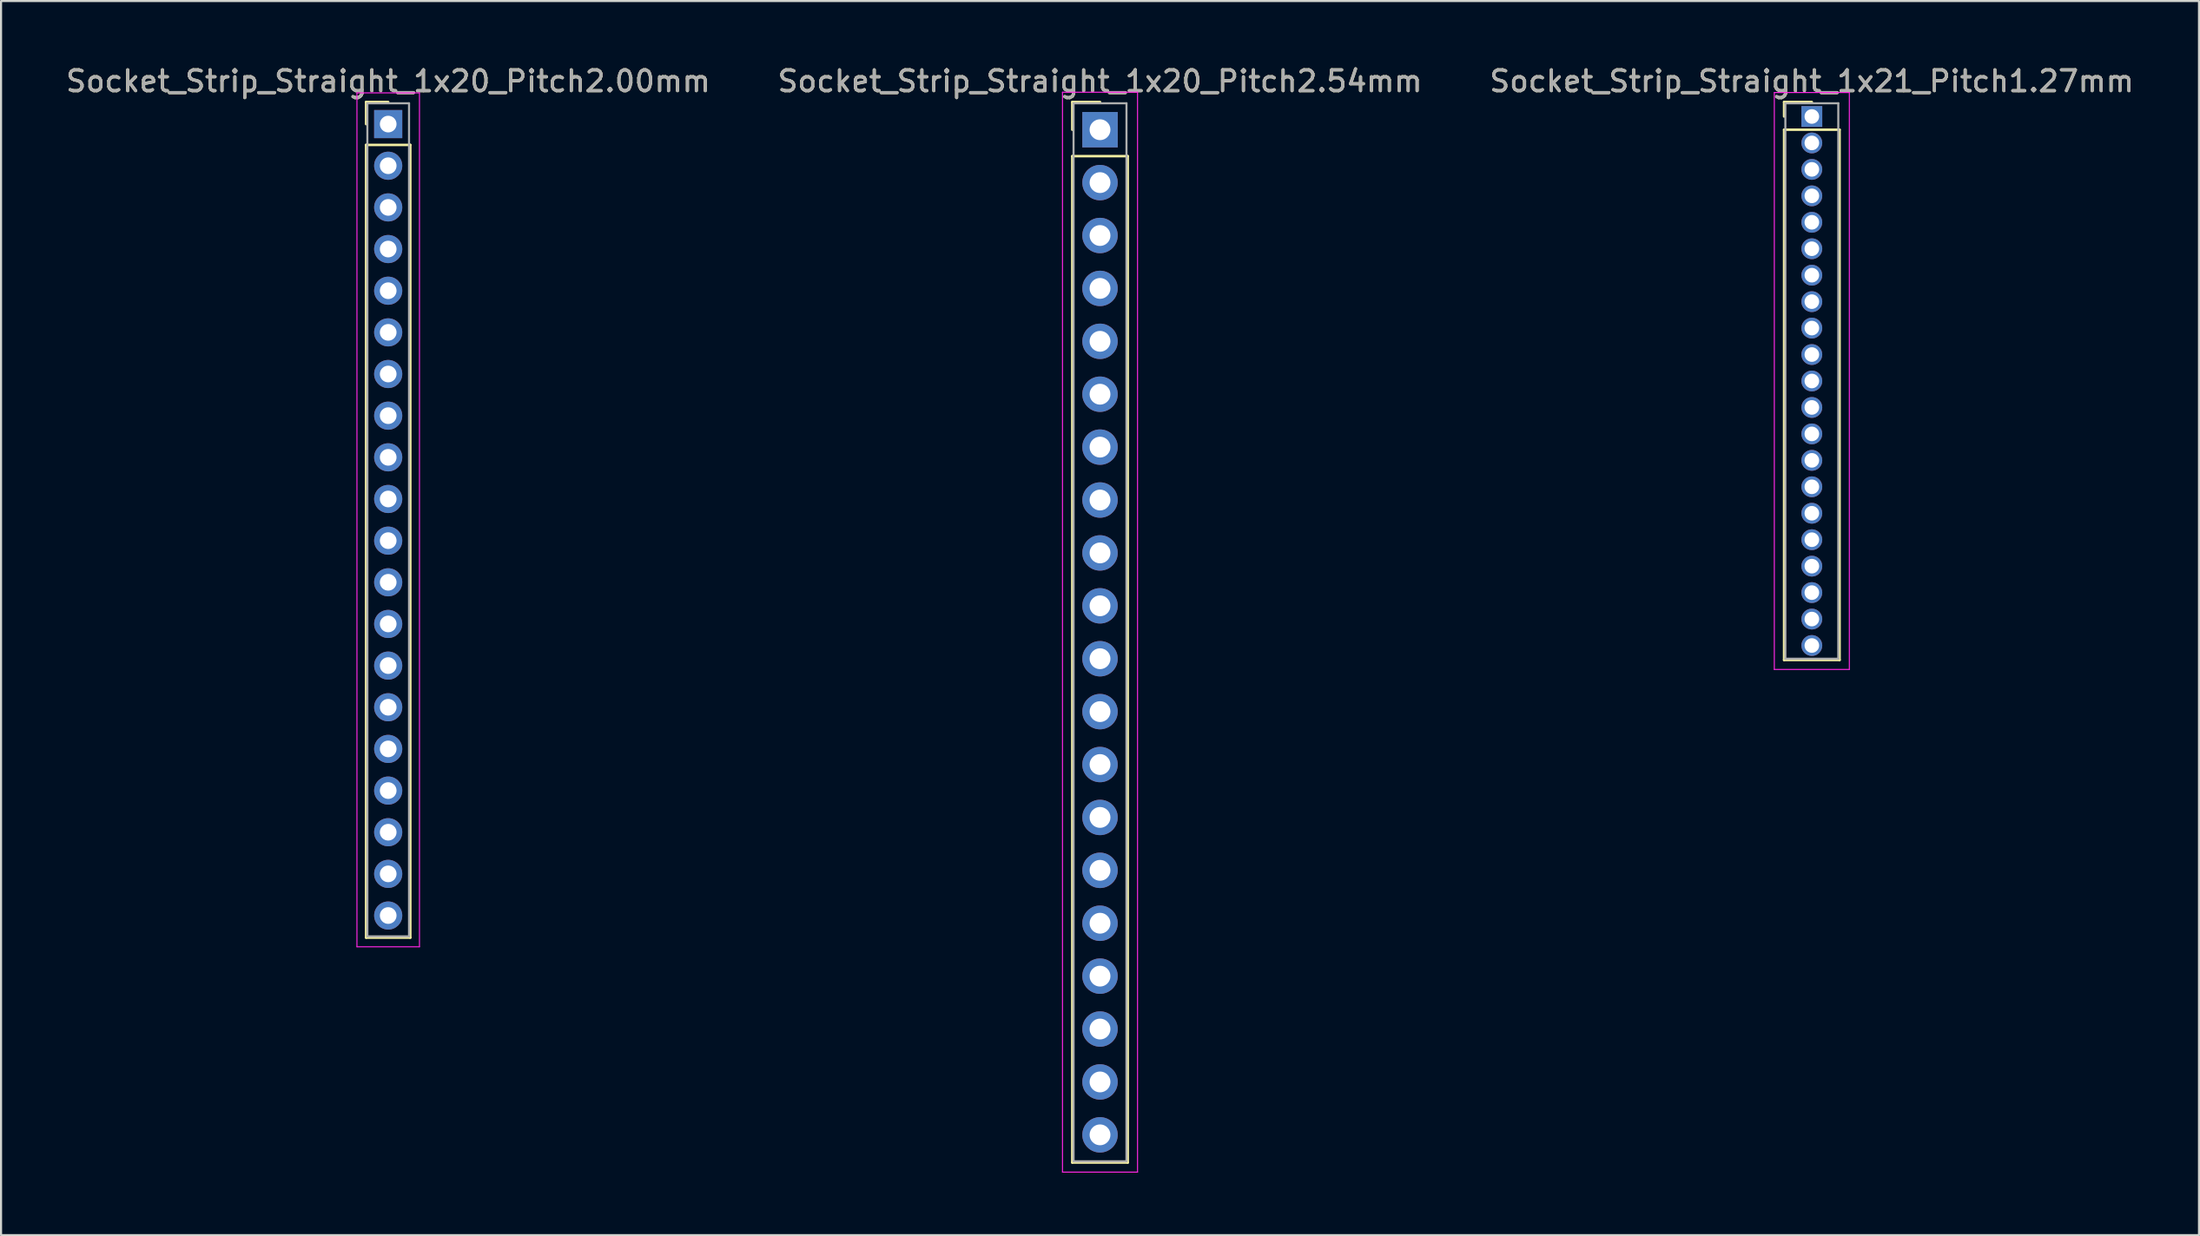
<source format=kicad_pcb>
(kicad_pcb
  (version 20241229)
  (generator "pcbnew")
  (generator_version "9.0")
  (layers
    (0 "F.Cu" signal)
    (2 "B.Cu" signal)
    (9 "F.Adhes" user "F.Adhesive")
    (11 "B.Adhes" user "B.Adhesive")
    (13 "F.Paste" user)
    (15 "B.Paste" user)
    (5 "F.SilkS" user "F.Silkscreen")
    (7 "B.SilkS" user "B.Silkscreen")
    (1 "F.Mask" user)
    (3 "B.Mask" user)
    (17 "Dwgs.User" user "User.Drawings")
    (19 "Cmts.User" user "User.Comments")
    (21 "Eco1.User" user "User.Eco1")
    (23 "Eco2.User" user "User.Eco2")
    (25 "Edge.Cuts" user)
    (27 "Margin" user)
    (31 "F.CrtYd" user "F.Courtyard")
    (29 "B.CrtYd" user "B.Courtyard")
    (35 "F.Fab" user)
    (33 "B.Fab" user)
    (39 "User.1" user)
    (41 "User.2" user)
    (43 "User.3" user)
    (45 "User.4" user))
  (footprint "Socket_Strip_Straight_1x20_Pitch2.00mm"
    (layer "F.Cu")
    (at 15.577 2.908)
    (property "Reference" "Socket_Strip_Straight_1x20_Pitch2.00mm" (at 0 -2.06 0) (layer "F.SilkS") (effects (font (size 1 1) (thickness 0.15))))
    (attr through_hole)
    (fp_line (start -1.06 -1.06) (end 0 -1.06) (stroke (width 0.12) (type solid)) (layer "F.SilkS"))
    (fp_line (start -1.06 0) (end -1.06 -1.06) (stroke (width 0.12) (type solid)) (layer "F.SilkS"))
    (fp_line (start -1.06 1) (end -1.06 39.06) (stroke (width 0.12) (type solid)) (layer "F.SilkS"))
    (fp_line (start -1.06 39.06) (end 1.06 39.06) (stroke (width 0.12) (type solid)) (layer "F.SilkS"))
    (fp_line (start 1.06 1) (end -1.06 1) (stroke (width 0.12) (type solid)) (layer "F.SilkS"))
    (fp_line (start 1.06 39.06) (end 1.06 1) (stroke (width 0.12) (type solid)) (layer "F.SilkS"))
    (fp_line (start -1.5 -1.5) (end -1.5 39.5) (stroke (width 0.05) (type solid)) (layer "F.CrtYd"))
    (fp_line (start -1.5 39.5) (end 1.5 39.5) (stroke (width 0.05) (type solid)) (layer "F.CrtYd"))
    (fp_line (start 1.5 -1.5) (end -1.5 -1.5) (stroke (width 0.05) (type solid)) (layer "F.CrtYd"))
    (fp_line (start 1.5 39.5) (end 1.5 -1.5) (stroke (width 0.05) (type solid)) (layer "F.CrtYd"))
    (fp_line (start -1 -1) (end -1 39) (stroke (width 0.1) (type solid)) (layer "F.Fab"))
    (fp_line (start -1 39) (end 1 39) (stroke (width 0.1) (type solid)) (layer "F.Fab"))
    (fp_line (start 1 -1) (end -1 -1) (stroke (width 0.1) (type solid)) (layer "F.Fab"))
    (fp_line (start 1 39) (end 1 -1) (stroke (width 0.1) (type solid)) (layer "F.Fab"))
    (fp_text user "${REFERENCE}" (at 0 -2.06 0) (layer "F.Fab") (effects (font (size 1 1) (thickness 0.15))))
    (pad "1" thru_hole rect (at 0 0) (size 1.35 1.35) (drill 0.8) (layers "*.Cu" "*.Mask"))
    (pad "2" thru_hole oval (at 0 2) (size 1.35 1.35) (drill 0.8) (layers "*.Cu" "*.Mask"))
    (pad "3" thru_hole oval (at 0 4) (size 1.35 1.35) (drill 0.8) (layers "*.Cu" "*.Mask"))
    (pad "4" thru_hole oval (at 0 6) (size 1.35 1.35) (drill 0.8) (layers "*.Cu" "*.Mask"))
    (pad "5" thru_hole oval (at 0 8) (size 1.35 1.35) (drill 0.8) (layers "*.Cu" "*.Mask"))
    (pad "6" thru_hole oval (at 0 10) (size 1.35 1.35) (drill 0.8) (layers "*.Cu" "*.Mask"))
    (pad "7" thru_hole oval (at 0 12) (size 1.35 1.35) (drill 0.8) (layers "*.Cu" "*.Mask"))
    (pad "8" thru_hole oval (at 0 14) (size 1.35 1.35) (drill 0.8) (layers "*.Cu" "*.Mask"))
    (pad "9" thru_hole oval (at 0 16) (size 1.35 1.35) (drill 0.8) (layers "*.Cu" "*.Mask"))
    (pad "10" thru_hole oval (at 0 18) (size 1.35 1.35) (drill 0.8) (layers "*.Cu" "*.Mask"))
    (pad "11" thru_hole oval (at 0 20) (size 1.35 1.35) (drill 0.8) (layers "*.Cu" "*.Mask"))
    (pad "12" thru_hole oval (at 0 22) (size 1.35 1.35) (drill 0.8) (layers "*.Cu" "*.Mask"))
    (pad "13" thru_hole oval (at 0 24) (size 1.35 1.35) (drill 0.8) (layers "*.Cu" "*.Mask"))
    (pad "14" thru_hole oval (at 0 26) (size 1.35 1.35) (drill 0.8) (layers "*.Cu" "*.Mask"))
    (pad "15" thru_hole oval (at 0 28) (size 1.35 1.35) (drill 0.8) (layers "*.Cu" "*.Mask"))
    (pad "16" thru_hole oval (at 0 30) (size 1.35 1.35) (drill 0.8) (layers "*.Cu" "*.Mask"))
    (pad "17" thru_hole oval (at 0 32) (size 1.35 1.35) (drill 0.8) (layers "*.Cu" "*.Mask"))
    (pad "18" thru_hole oval (at 0 34) (size 1.35 1.35) (drill 0.8) (layers "*.Cu" "*.Mask"))
    (pad "19" thru_hole oval (at 0 36) (size 1.35 1.35) (drill 0.8) (layers "*.Cu" "*.Mask"))
    (pad "20" thru_hole oval (at 0 38) (size 1.35 1.35) (drill 0.8) (layers "*.Cu" "*.Mask")))
  (footprint "Socket_Strip_Straight_1x21_Pitch1.27mm"
    (layer "F.Cu")
    (at 83.887 2.543)
    (property "Reference" "Socket_Strip_Straight_1x21_Pitch1.27mm" (at 0 -1.695 0) (layer "F.SilkS") (effects (font (size 1 1) (thickness 0.15))))
    (attr through_hole)
    (fp_line (start -1.33 -0.695) (end 0 -0.695) (stroke (width 0.12) (type solid)) (layer "F.SilkS"))
    (fp_line (start -1.33 0) (end -1.33 -0.695) (stroke (width 0.12) (type solid)) (layer "F.SilkS"))
    (fp_line (start -1.33 0.635) (end -1.33 26.095) (stroke (width 0.12) (type solid)) (layer "F.SilkS"))
    (fp_line (start -1.33 26.095) (end 1.33 26.095) (stroke (width 0.12) (type solid)) (layer "F.SilkS"))
    (fp_line (start 1.33 0.635) (end -1.33 0.635) (stroke (width 0.12) (type solid)) (layer "F.SilkS"))
    (fp_line (start 1.33 26.095) (end 1.33 0.635) (stroke (width 0.12) (type solid)) (layer "F.SilkS"))
    (fp_line (start -1.8 -1.15) (end -1.8 26.55) (stroke (width 0.05) (type solid)) (layer "F.CrtYd"))
    (fp_line (start -1.8 26.55) (end 1.8 26.55) (stroke (width 0.05) (type solid)) (layer "F.CrtYd"))
    (fp_line (start 1.8 -1.15) (end -1.8 -1.15) (stroke (width 0.05) (type solid)) (layer "F.CrtYd"))
    (fp_line (start 1.8 26.55) (end 1.8 -1.15) (stroke (width 0.05) (type solid)) (layer "F.CrtYd"))
    (fp_line (start -1.27 -0.635) (end -1.27 26.035) (stroke (width 0.1) (type solid)) (layer "F.Fab"))
    (fp_line (start -1.27 26.035) (end 1.27 26.035) (stroke (width 0.1) (type solid)) (layer "F.Fab"))
    (fp_line (start 1.27 -0.635) (end -1.27 -0.635) (stroke (width 0.1) (type solid)) (layer "F.Fab"))
    (fp_line (start 1.27 26.035) (end 1.27 -0.635) (stroke (width 0.1) (type solid)) (layer "F.Fab"))
    (fp_text user "${REFERENCE}" (at 0 -1.695 0) (layer "F.Fab") (effects (font (size 1 1) (thickness 0.15))))
    (pad "1" thru_hole rect (at 0 0) (size 1 1) (drill 0.7) (layers "*.Cu" "*.Mask"))
    (pad "2" thru_hole oval (at 0 1.27) (size 1 1) (drill 0.7) (layers "*.Cu" "*.Mask"))
    (pad "3" thru_hole oval (at 0 2.54) (size 1 1) (drill 0.7) (layers "*.Cu" "*.Mask"))
    (pad "4" thru_hole oval (at 0 3.81) (size 1 1) (drill 0.7) (layers "*.Cu" "*.Mask"))
    (pad "5" thru_hole oval (at 0 5.08) (size 1 1) (drill 0.7) (layers "*.Cu" "*.Mask"))
    (pad "6" thru_hole oval (at 0 6.35) (size 1 1) (drill 0.7) (layers "*.Cu" "*.Mask"))
    (pad "7" thru_hole oval (at 0 7.62) (size 1 1) (drill 0.7) (layers "*.Cu" "*.Mask"))
    (pad "8" thru_hole oval (at 0 8.89) (size 1 1) (drill 0.7) (layers "*.Cu" "*.Mask"))
    (pad "9" thru_hole oval (at 0 10.16) (size 1 1) (drill 0.7) (layers "*.Cu" "*.Mask"))
    (pad "10" thru_hole oval (at 0 11.43) (size 1 1) (drill 0.7) (layers "*.Cu" "*.Mask"))
    (pad "11" thru_hole oval (at 0 12.7) (size 1 1) (drill 0.7) (layers "*.Cu" "*.Mask"))
    (pad "12" thru_hole oval (at 0 13.97) (size 1 1) (drill 0.7) (layers "*.Cu" "*.Mask"))
    (pad "13" thru_hole oval (at 0 15.24) (size 1 1) (drill 0.7) (layers "*.Cu" "*.Mask"))
    (pad "14" thru_hole oval (at 0 16.51) (size 1 1) (drill 0.7) (layers "*.Cu" "*.Mask"))
    (pad "15" thru_hole oval (at 0 17.78) (size 1 1) (drill 0.7) (layers "*.Cu" "*.Mask"))
    (pad "16" thru_hole oval (at 0 19.05) (size 1 1) (drill 0.7) (layers "*.Cu" "*.Mask"))
    (pad "17" thru_hole oval (at 0 20.32) (size 1 1) (drill 0.7) (layers "*.Cu" "*.Mask"))
    (pad "18" thru_hole oval (at 0 21.59) (size 1 1) (drill 0.7) (layers "*.Cu" "*.Mask"))
    (pad "19" thru_hole oval (at 0 22.86) (size 1 1) (drill 0.7) (layers "*.Cu" "*.Mask"))
    (pad "20" thru_hole oval (at 0 24.13) (size 1 1) (drill 0.7) (layers "*.Cu" "*.Mask"))
    (pad "21" thru_hole oval (at 0 25.4) (size 1 1) (drill 0.7) (layers "*.Cu" "*.Mask")))
  (footprint "Socket_Strip_Straight_1x20_Pitch2.54mm"
    (layer "F.Cu")
    (at 49.732 3.178)
    (property "Reference" "Socket_Strip_Straight_1x20_Pitch2.54mm" (at 0 -2.33 0) (layer "F.SilkS") (effects (font (size 1 1) (thickness 0.15))))
    (attr through_hole)
    (fp_line (start -1.33 -1.33) (end 0 -1.33) (stroke (width 0.12) (type solid)) (layer "F.SilkS"))
    (fp_line (start -1.33 0) (end -1.33 -1.33) (stroke (width 0.12) (type solid)) (layer "F.SilkS"))
    (fp_line (start -1.33 1.27) (end -1.33 49.59) (stroke (width 0.12) (type solid)) (layer "F.SilkS"))
    (fp_line (start -1.33 49.59) (end 1.33 49.59) (stroke (width 0.12) (type solid)) (layer "F.SilkS"))
    (fp_line (start 1.33 1.27) (end -1.33 1.27) (stroke (width 0.12) (type solid)) (layer "F.SilkS"))
    (fp_line (start 1.33 49.59) (end 1.33 1.27) (stroke (width 0.12) (type solid)) (layer "F.SilkS"))
    (fp_line (start -1.8 -1.8) (end -1.8 50.05) (stroke (width 0.05) (type solid)) (layer "F.CrtYd"))
    (fp_line (start -1.8 50.05) (end 1.8 50.05) (stroke (width 0.05) (type solid)) (layer "F.CrtYd"))
    (fp_line (start 1.8 -1.8) (end -1.8 -1.8) (stroke (width 0.05) (type solid)) (layer "F.CrtYd"))
    (fp_line (start 1.8 50.05) (end 1.8 -1.8) (stroke (width 0.05) (type solid)) (layer "F.CrtYd"))
    (fp_line (start -1.27 -1.27) (end -1.27 49.53) (stroke (width 0.1) (type solid)) (layer "F.Fab"))
    (fp_line (start -1.27 49.53) (end 1.27 49.53) (stroke (width 0.1) (type solid)) (layer "F.Fab"))
    (fp_line (start 1.27 -1.27) (end -1.27 -1.27) (stroke (width 0.1) (type solid)) (layer "F.Fab"))
    (fp_line (start 1.27 49.53) (end 1.27 -1.27) (stroke (width 0.1) (type solid)) (layer "F.Fab"))
    (fp_text user "${REFERENCE}" (at 0 -2.33 0) (layer "F.Fab") (effects (font (size 1 1) (thickness 0.15))))
    (pad "1" thru_hole rect (at 0 0) (size 1.7 1.7) (drill 1) (layers "*.Cu" "*.Mask"))
    (pad "2" thru_hole oval (at 0 2.54) (size 1.7 1.7) (drill 1) (layers "*.Cu" "*.Mask"))
    (pad "3" thru_hole oval (at 0 5.08) (size 1.7 1.7) (drill 1) (layers "*.Cu" "*.Mask"))
    (pad "4" thru_hole oval (at 0 7.62) (size 1.7 1.7) (drill 1) (layers "*.Cu" "*.Mask"))
    (pad "5" thru_hole oval (at 0 10.16) (size 1.7 1.7) (drill 1) (layers "*.Cu" "*.Mask"))
    (pad "6" thru_hole oval (at 0 12.7) (size 1.7 1.7) (drill 1) (layers "*.Cu" "*.Mask"))
    (pad "7" thru_hole oval (at 0 15.24) (size 1.7 1.7) (drill 1) (layers "*.Cu" "*.Mask"))
    (pad "8" thru_hole oval (at 0 17.78) (size 1.7 1.7) (drill 1) (layers "*.Cu" "*.Mask"))
    (pad "9" thru_hole oval (at 0 20.32) (size 1.7 1.7) (drill 1) (layers "*.Cu" "*.Mask"))
    (pad "10" thru_hole oval (at 0 22.86) (size 1.7 1.7) (drill 1) (layers "*.Cu" "*.Mask"))
    (pad "11" thru_hole oval (at 0 25.4) (size 1.7 1.7) (drill 1) (layers "*.Cu" "*.Mask"))
    (pad "12" thru_hole oval (at 0 27.94) (size 1.7 1.7) (drill 1) (layers "*.Cu" "*.Mask"))
    (pad "13" thru_hole oval (at 0 30.48) (size 1.7 1.7) (drill 1) (layers "*.Cu" "*.Mask"))
    (pad "14" thru_hole oval (at 0 33.02) (size 1.7 1.7) (drill 1) (layers "*.Cu" "*.Mask"))
    (pad "15" thru_hole oval (at 0 35.56) (size 1.7 1.7) (drill 1) (layers "*.Cu" "*.Mask"))
    (pad "16" thru_hole oval (at 0 38.1) (size 1.7 1.7) (drill 1) (layers "*.Cu" "*.Mask"))
    (pad "17" thru_hole oval (at 0 40.64) (size 1.7 1.7) (drill 1) (layers "*.Cu" "*.Mask"))
    (pad "18" thru_hole oval (at 0 43.18) (size 1.7 1.7) (drill 1) (layers "*.Cu" "*.Mask"))
    (pad "19" thru_hole oval (at 0 45.72) (size 1.7 1.7) (drill 1) (layers "*.Cu" "*.Mask"))
    (pad "20" thru_hole oval (at 0 48.26) (size 1.7 1.7) (drill 1) (layers "*.Cu" "*.Mask")))
  (gr_rect
    (start -3 -3)
    (end 102.464 56.253)
    (stroke (width 0.1) (type default))
    (fill no)
    (layer "Edge.Cuts")))
</source>
